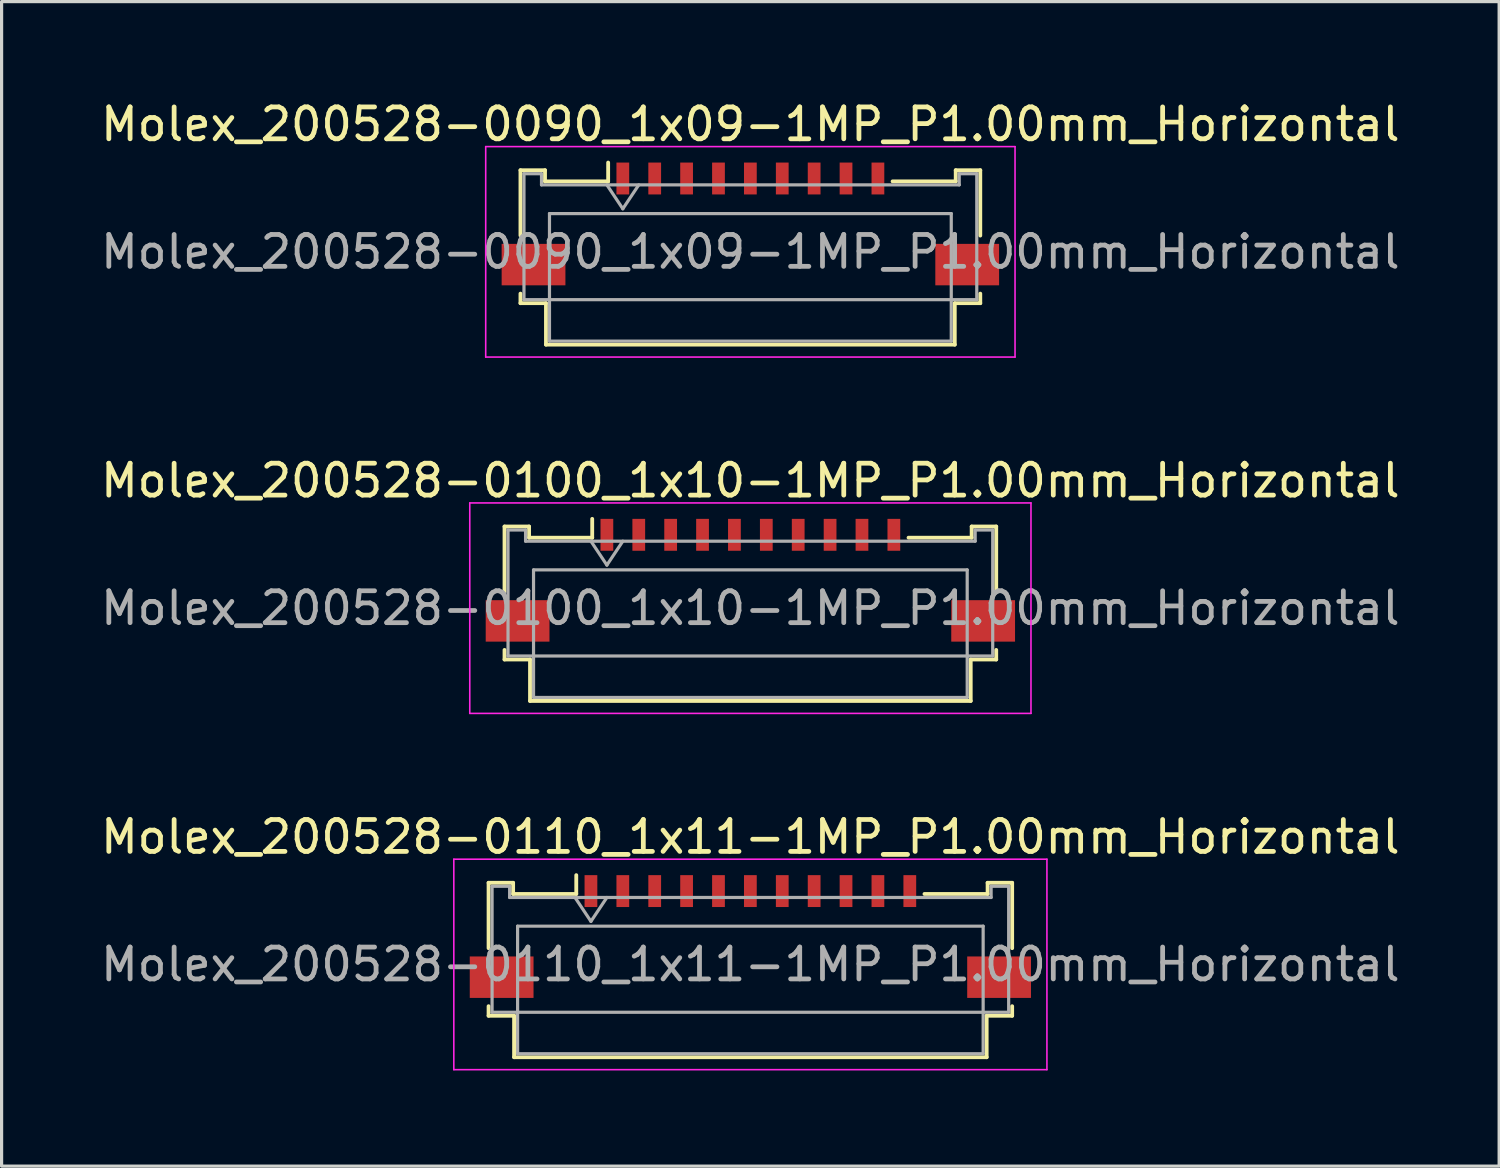
<source format=kicad_pcb>
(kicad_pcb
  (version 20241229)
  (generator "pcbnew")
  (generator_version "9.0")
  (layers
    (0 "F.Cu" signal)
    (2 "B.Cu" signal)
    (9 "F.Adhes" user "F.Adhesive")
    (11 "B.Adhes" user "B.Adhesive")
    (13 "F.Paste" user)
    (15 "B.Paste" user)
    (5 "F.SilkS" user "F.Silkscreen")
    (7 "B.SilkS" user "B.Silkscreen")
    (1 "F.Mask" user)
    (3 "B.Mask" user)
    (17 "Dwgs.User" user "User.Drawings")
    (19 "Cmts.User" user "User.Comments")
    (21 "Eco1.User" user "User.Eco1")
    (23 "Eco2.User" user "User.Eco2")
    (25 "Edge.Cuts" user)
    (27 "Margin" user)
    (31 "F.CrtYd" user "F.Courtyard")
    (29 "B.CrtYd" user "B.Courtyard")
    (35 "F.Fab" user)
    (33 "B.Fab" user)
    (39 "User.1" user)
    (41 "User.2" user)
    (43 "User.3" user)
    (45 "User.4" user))
  (footprint "Molex_200528-0090_1x09-1MP_P1.00mm_Horizontal"
    (layer "F.Cu")
    (at 20.482 3.458)
    (property "Reference" "Molex_200528-0090_1x09-1MP_P1.00mm_Horizontal" (at 0 -2.61 0) (layer "F.SilkS") (effects (font (size 1 1) (thickness 0.15))))
    (attr smd)
    (fp_line (start -7.21 -1.17) (end -7.21 0.88) (stroke (width 0.12) (type solid)) (layer "F.SilkS"))
    (fp_line (start -7.21 2.7) (end -7.21 3) (stroke (width 0.12) (type solid)) (layer "F.SilkS"))
    (fp_line (start -7.21 3) (end -6.41 3) (stroke (width 0.12) (type solid)) (layer "F.SilkS"))
    (fp_line (start -6.44 -1.17) (end -7.21 -1.17) (stroke (width 0.12) (type solid)) (layer "F.SilkS"))
    (fp_line (start -6.44 -0.82) (end -6.44 -1.17) (stroke (width 0.12) (type solid)) (layer "F.SilkS"))
    (fp_line (start -6.41 3) (end -6.41 4.3) (stroke (width 0.12) (type solid)) (layer "F.SilkS"))
    (fp_line (start -6.41 4.3) (end 6.41 4.3) (stroke (width 0.12) (type solid)) (layer "F.SilkS"))
    (fp_line (start -4.46 -1.41) (end -4.46 -0.82) (stroke (width 0.12) (type solid)) (layer "F.SilkS"))
    (fp_line (start -4.46 -0.82) (end -6.44 -0.82) (stroke (width 0.12) (type solid)) (layer "F.SilkS"))
    (fp_line (start 6.41 3) (end 7.21 3) (stroke (width 0.12) (type solid)) (layer "F.SilkS"))
    (fp_line (start 6.41 4.3) (end 6.41 3) (stroke (width 0.12) (type solid)) (layer "F.SilkS"))
    (fp_line (start 6.44 -1.17) (end 6.44 -0.82) (stroke (width 0.12) (type solid)) (layer "F.SilkS"))
    (fp_line (start 6.44 -0.82) (end 4.46 -0.82) (stroke (width 0.12) (type solid)) (layer "F.SilkS"))
    (fp_line (start 7.21 -1.17) (end 6.44 -1.17) (stroke (width 0.12) (type solid)) (layer "F.SilkS"))
    (fp_line (start 7.21 0.88) (end 7.21 -1.17) (stroke (width 0.12) (type solid)) (layer "F.SilkS"))
    (fp_line (start 7.21 3) (end 7.21 2.7) (stroke (width 0.12) (type solid)) (layer "F.SilkS"))
    (fp_line (start -8.3 -1.91) (end -8.3 4.69) (stroke (width 0.05) (type solid)) (layer "F.CrtYd"))
    (fp_line (start -8.3 4.69) (end 8.3 4.69) (stroke (width 0.05) (type solid)) (layer "F.CrtYd"))
    (fp_line (start 8.3 -1.91) (end -8.3 -1.91) (stroke (width 0.05) (type solid)) (layer "F.CrtYd"))
    (fp_line (start 8.3 4.69) (end 8.3 -1.91) (stroke (width 0.05) (type solid)) (layer "F.CrtYd"))
    (fp_line (start -7.1 -1.06) (end -7.1 2.89) (stroke (width 0.1) (type solid)) (layer "F.Fab"))
    (fp_line (start -7.1 2.89) (end 7.1 2.89) (stroke (width 0.1) (type solid)) (layer "F.Fab"))
    (fp_line (start -6.55 -1.06) (end -7.1 -1.06) (stroke (width 0.1) (type solid)) (layer "F.Fab"))
    (fp_line (start -6.55 -0.71) (end -6.55 -1.06) (stroke (width 0.1) (type solid)) (layer "F.Fab"))
    (fp_line (start -6.3 0.19) (end -6.3 4.19) (stroke (width 0.1) (type solid)) (layer "F.Fab"))
    (fp_line (start -6.3 4.19) (end 6.3 4.19) (stroke (width 0.1) (type solid)) (layer "F.Fab"))
    (fp_line (start -4.5 -0.71) (end -4 0.04) (stroke (width 0.1) (type solid)) (layer "F.Fab"))
    (fp_line (start -4 0.04) (end -3.5 -0.71) (stroke (width 0.1) (type solid)) (layer "F.Fab"))
    (fp_line (start 6.3 0.19) (end -6.3 0.19) (stroke (width 0.1) (type solid)) (layer "F.Fab"))
    (fp_line (start 6.3 4.19) (end 6.3 0.19) (stroke (width 0.1) (type solid)) (layer "F.Fab"))
    (fp_line (start 6.55 -1.06) (end 6.55 -0.71) (stroke (width 0.1) (type solid)) (layer "F.Fab"))
    (fp_line (start 6.55 -0.71) (end -6.55 -0.71) (stroke (width 0.1) (type solid)) (layer "F.Fab"))
    (fp_line (start 7.1 -1.06) (end 6.55 -1.06) (stroke (width 0.1) (type solid)) (layer "F.Fab"))
    (fp_line (start 7.1 2.89) (end 7.1 -1.06) (stroke (width 0.1) (type solid)) (layer "F.Fab"))
    (fp_text user "${REFERENCE}" (at 0 1.39 0) (layer "F.Fab") (effects (font (size 1 1) (thickness 0.15))))
    (pad "1" smd rect (at -4 -0.91) (size 0.4 1) (layers "F.Cu" "F.Mask" "F.Paste"))
    (pad "2" smd rect (at -3 -0.91) (size 0.4 1) (layers "F.Cu" "F.Mask" "F.Paste"))
    (pad "3" smd rect (at -2 -0.91) (size 0.4 1) (layers "F.Cu" "F.Mask" "F.Paste"))
    (pad "4" smd rect (at -1 -0.91) (size 0.4 1) (layers "F.Cu" "F.Mask" "F.Paste"))
    (pad "5" smd rect (at 0 -0.91) (size 0.4 1) (layers "F.Cu" "F.Mask" "F.Paste"))
    (pad "6" smd rect (at 1 -0.91) (size 0.4 1) (layers "F.Cu" "F.Mask" "F.Paste"))
    (pad "7" smd rect (at 2 -0.91) (size 0.4 1) (layers "F.Cu" "F.Mask" "F.Paste"))
    (pad "8" smd rect (at 3 -0.91) (size 0.4 1) (layers "F.Cu" "F.Mask" "F.Paste"))
    (pad "9" smd rect (at 4 -0.91) (size 0.4 1) (layers "F.Cu" "F.Mask" "F.Paste"))
    (pad "MP" smd rect (at -6.8 1.79) (size 2 1.3) (layers "F.Cu" "F.Mask" "F.Paste"))
    (pad "MP" smd rect (at 6.8 1.79) (size 2 1.3) (layers "F.Cu" "F.Mask" "F.Paste")))
  (footprint "Molex_200528-0110_1x11-1MP_P1.00mm_Horizontal"
    (layer "F.Cu")
    (at 20.482 25.805)
    (property "Reference" "Molex_200528-0110_1x11-1MP_P1.00mm_Horizontal" (at 0 -2.61 0) (layer "F.SilkS") (effects (font (size 1 1) (thickness 0.15))))
    (attr smd)
    (fp_line (start -8.21 -1.17) (end -8.21 0.88) (stroke (width 0.12) (type solid)) (layer "F.SilkS"))
    (fp_line (start -8.21 2.7) (end -8.21 3) (stroke (width 0.12) (type solid)) (layer "F.SilkS"))
    (fp_line (start -8.21 3) (end -7.41 3) (stroke (width 0.12) (type solid)) (layer "F.SilkS"))
    (fp_line (start -7.44 -1.17) (end -8.21 -1.17) (stroke (width 0.12) (type solid)) (layer "F.SilkS"))
    (fp_line (start -7.44 -0.82) (end -7.44 -1.17) (stroke (width 0.12) (type solid)) (layer "F.SilkS"))
    (fp_line (start -7.41 3) (end -7.41 4.3) (stroke (width 0.12) (type solid)) (layer "F.SilkS"))
    (fp_line (start -7.41 4.3) (end 7.41 4.3) (stroke (width 0.12) (type solid)) (layer "F.SilkS"))
    (fp_line (start -5.46 -1.41) (end -5.46 -0.82) (stroke (width 0.12) (type solid)) (layer "F.SilkS"))
    (fp_line (start -5.46 -0.82) (end -7.44 -0.82) (stroke (width 0.12) (type solid)) (layer "F.SilkS"))
    (fp_line (start 7.41 3) (end 8.21 3) (stroke (width 0.12) (type solid)) (layer "F.SilkS"))
    (fp_line (start 7.41 4.3) (end 7.41 3) (stroke (width 0.12) (type solid)) (layer "F.SilkS"))
    (fp_line (start 7.44 -1.17) (end 7.44 -0.82) (stroke (width 0.12) (type solid)) (layer "F.SilkS"))
    (fp_line (start 7.44 -0.82) (end 5.46 -0.82) (stroke (width 0.12) (type solid)) (layer "F.SilkS"))
    (fp_line (start 8.21 -1.17) (end 7.44 -1.17) (stroke (width 0.12) (type solid)) (layer "F.SilkS"))
    (fp_line (start 8.21 0.88) (end 8.21 -1.17) (stroke (width 0.12) (type solid)) (layer "F.SilkS"))
    (fp_line (start 8.21 3) (end 8.21 2.7) (stroke (width 0.12) (type solid)) (layer "F.SilkS"))
    (fp_line (start -9.3 -1.91) (end -9.3 4.69) (stroke (width 0.05) (type solid)) (layer "F.CrtYd"))
    (fp_line (start -9.3 4.69) (end 9.3 4.69) (stroke (width 0.05) (type solid)) (layer "F.CrtYd"))
    (fp_line (start 9.3 -1.91) (end -9.3 -1.91) (stroke (width 0.05) (type solid)) (layer "F.CrtYd"))
    (fp_line (start 9.3 4.69) (end 9.3 -1.91) (stroke (width 0.05) (type solid)) (layer "F.CrtYd"))
    (fp_line (start -8.1 -1.06) (end -8.1 2.89) (stroke (width 0.1) (type solid)) (layer "F.Fab"))
    (fp_line (start -8.1 2.89) (end 8.1 2.89) (stroke (width 0.1) (type solid)) (layer "F.Fab"))
    (fp_line (start -7.55 -1.06) (end -8.1 -1.06) (stroke (width 0.1) (type solid)) (layer "F.Fab"))
    (fp_line (start -7.55 -0.71) (end -7.55 -1.06) (stroke (width 0.1) (type solid)) (layer "F.Fab"))
    (fp_line (start -7.3 0.19) (end -7.3 4.19) (stroke (width 0.1) (type solid)) (layer "F.Fab"))
    (fp_line (start -7.3 4.19) (end 7.3 4.19) (stroke (width 0.1) (type solid)) (layer "F.Fab"))
    (fp_line (start -5.5 -0.71) (end -5 0.04) (stroke (width 0.1) (type solid)) (layer "F.Fab"))
    (fp_line (start -5 0.04) (end -4.5 -0.71) (stroke (width 0.1) (type solid)) (layer "F.Fab"))
    (fp_line (start 7.3 0.19) (end -7.3 0.19) (stroke (width 0.1) (type solid)) (layer "F.Fab"))
    (fp_line (start 7.3 4.19) (end 7.3 0.19) (stroke (width 0.1) (type solid)) (layer "F.Fab"))
    (fp_line (start 7.55 -1.06) (end 7.55 -0.71) (stroke (width 0.1) (type solid)) (layer "F.Fab"))
    (fp_line (start 7.55 -0.71) (end -7.55 -0.71) (stroke (width 0.1) (type solid)) (layer "F.Fab"))
    (fp_line (start 8.1 -1.06) (end 7.55 -1.06) (stroke (width 0.1) (type solid)) (layer "F.Fab"))
    (fp_line (start 8.1 2.89) (end 8.1 -1.06) (stroke (width 0.1) (type solid)) (layer "F.Fab"))
    (fp_text user "${REFERENCE}" (at 0 1.39 0) (layer "F.Fab") (effects (font (size 1 1) (thickness 0.15))))
    (pad "1" smd rect (at -5 -0.91) (size 0.4 1) (layers "F.Cu" "F.Mask" "F.Paste"))
    (pad "2" smd rect (at -4 -0.91) (size 0.4 1) (layers "F.Cu" "F.Mask" "F.Paste"))
    (pad "3" smd rect (at -3 -0.91) (size 0.4 1) (layers "F.Cu" "F.Mask" "F.Paste"))
    (pad "4" smd rect (at -2 -0.91) (size 0.4 1) (layers "F.Cu" "F.Mask" "F.Paste"))
    (pad "5" smd rect (at -1 -0.91) (size 0.4 1) (layers "F.Cu" "F.Mask" "F.Paste"))
    (pad "6" smd rect (at 0 -0.91) (size 0.4 1) (layers "F.Cu" "F.Mask" "F.Paste"))
    (pad "7" smd rect (at 1 -0.91) (size 0.4 1) (layers "F.Cu" "F.Mask" "F.Paste"))
    (pad "8" smd rect (at 2 -0.91) (size 0.4 1) (layers "F.Cu" "F.Mask" "F.Paste"))
    (pad "9" smd rect (at 3 -0.91) (size 0.4 1) (layers "F.Cu" "F.Mask" "F.Paste"))
    (pad "10" smd rect (at 4 -0.91) (size 0.4 1) (layers "F.Cu" "F.Mask" "F.Paste"))
    (pad "11" smd rect (at 5 -0.91) (size 0.4 1) (layers "F.Cu" "F.Mask" "F.Paste"))
    (pad "MP" smd rect (at -7.8 1.79) (size 2 1.3) (layers "F.Cu" "F.Mask" "F.Paste"))
    (pad "MP" smd rect (at 7.8 1.79) (size 2 1.3) (layers "F.Cu" "F.Mask" "F.Paste")))
  (footprint "Molex_200528-0100_1x10-1MP_P1.00mm_Horizontal"
    (layer "F.Cu")
    (at 20.482 14.632)
    (property "Reference" "Molex_200528-0100_1x10-1MP_P1.00mm_Horizontal" (at 0 -2.61 0) (layer "F.SilkS") (effects (font (size 1 1) (thickness 0.15))))
    (attr smd)
    (fp_line (start -7.71 -1.17) (end -7.71 0.88) (stroke (width 0.12) (type solid)) (layer "F.SilkS"))
    (fp_line (start -7.71 2.7) (end -7.71 3) (stroke (width 0.12) (type solid)) (layer "F.SilkS"))
    (fp_line (start -7.71 3) (end -6.91 3) (stroke (width 0.12) (type solid)) (layer "F.SilkS"))
    (fp_line (start -6.94 -1.17) (end -7.71 -1.17) (stroke (width 0.12) (type solid)) (layer "F.SilkS"))
    (fp_line (start -6.94 -0.82) (end -6.94 -1.17) (stroke (width 0.12) (type solid)) (layer "F.SilkS"))
    (fp_line (start -6.91 3) (end -6.91 4.3) (stroke (width 0.12) (type solid)) (layer "F.SilkS"))
    (fp_line (start -6.91 4.3) (end 6.91 4.3) (stroke (width 0.12) (type solid)) (layer "F.SilkS"))
    (fp_line (start -4.96 -1.41) (end -4.96 -0.82) (stroke (width 0.12) (type solid)) (layer "F.SilkS"))
    (fp_line (start -4.96 -0.82) (end -6.94 -0.82) (stroke (width 0.12) (type solid)) (layer "F.SilkS"))
    (fp_line (start 6.91 3) (end 7.71 3) (stroke (width 0.12) (type solid)) (layer "F.SilkS"))
    (fp_line (start 6.91 4.3) (end 6.91 3) (stroke (width 0.12) (type solid)) (layer "F.SilkS"))
    (fp_line (start 6.94 -1.17) (end 6.94 -0.82) (stroke (width 0.12) (type solid)) (layer "F.SilkS"))
    (fp_line (start 6.94 -0.82) (end 4.96 -0.82) (stroke (width 0.12) (type solid)) (layer "F.SilkS"))
    (fp_line (start 7.71 -1.17) (end 6.94 -1.17) (stroke (width 0.12) (type solid)) (layer "F.SilkS"))
    (fp_line (start 7.71 0.88) (end 7.71 -1.17) (stroke (width 0.12) (type solid)) (layer "F.SilkS"))
    (fp_line (start 7.71 3) (end 7.71 2.7) (stroke (width 0.12) (type solid)) (layer "F.SilkS"))
    (fp_line (start -8.8 -1.91) (end -8.8 4.69) (stroke (width 0.05) (type solid)) (layer "F.CrtYd"))
    (fp_line (start -8.8 4.69) (end 8.8 4.69) (stroke (width 0.05) (type solid)) (layer "F.CrtYd"))
    (fp_line (start 8.8 -1.91) (end -8.8 -1.91) (stroke (width 0.05) (type solid)) (layer "F.CrtYd"))
    (fp_line (start 8.8 4.69) (end 8.8 -1.91) (stroke (width 0.05) (type solid)) (layer "F.CrtYd"))
    (fp_line (start -7.6 -1.06) (end -7.6 2.89) (stroke (width 0.1) (type solid)) (layer "F.Fab"))
    (fp_line (start -7.6 2.89) (end 7.6 2.89) (stroke (width 0.1) (type solid)) (layer "F.Fab"))
    (fp_line (start -7.05 -1.06) (end -7.6 -1.06) (stroke (width 0.1) (type solid)) (layer "F.Fab"))
    (fp_line (start -7.05 -0.71) (end -7.05 -1.06) (stroke (width 0.1) (type solid)) (layer "F.Fab"))
    (fp_line (start -6.8 0.19) (end -6.8 4.19) (stroke (width 0.1) (type solid)) (layer "F.Fab"))
    (fp_line (start -6.8 4.19) (end 6.8 4.19) (stroke (width 0.1) (type solid)) (layer "F.Fab"))
    (fp_line (start -5 -0.71) (end -4.5 0.04) (stroke (width 0.1) (type solid)) (layer "F.Fab"))
    (fp_line (start -4.5 0.04) (end -4 -0.71) (stroke (width 0.1) (type solid)) (layer "F.Fab"))
    (fp_line (start 6.8 0.19) (end -6.8 0.19) (stroke (width 0.1) (type solid)) (layer "F.Fab"))
    (fp_line (start 6.8 4.19) (end 6.8 0.19) (stroke (width 0.1) (type solid)) (layer "F.Fab"))
    (fp_line (start 7.05 -1.06) (end 7.05 -0.71) (stroke (width 0.1) (type solid)) (layer "F.Fab"))
    (fp_line (start 7.05 -0.71) (end -7.05 -0.71) (stroke (width 0.1) (type solid)) (layer "F.Fab"))
    (fp_line (start 7.6 -1.06) (end 7.05 -1.06) (stroke (width 0.1) (type solid)) (layer "F.Fab"))
    (fp_line (start 7.6 2.89) (end 7.6 -1.06) (stroke (width 0.1) (type solid)) (layer "F.Fab"))
    (fp_text user "${REFERENCE}" (at 0 1.39 0) (layer "F.Fab") (effects (font (size 1 1) (thickness 0.15))))
    (pad "1" smd rect (at -4.5 -0.91) (size 0.4 1) (layers "F.Cu" "F.Mask" "F.Paste"))
    (pad "2" smd rect (at -3.5 -0.91) (size 0.4 1) (layers "F.Cu" "F.Mask" "F.Paste"))
    (pad "3" smd rect (at -2.5 -0.91) (size 0.4 1) (layers "F.Cu" "F.Mask" "F.Paste"))
    (pad "4" smd rect (at -1.5 -0.91) (size 0.4 1) (layers "F.Cu" "F.Mask" "F.Paste"))
    (pad "5" smd rect (at -0.5 -0.91) (size 0.4 1) (layers "F.Cu" "F.Mask" "F.Paste"))
    (pad "6" smd rect (at 0.5 -0.91) (size 0.4 1) (layers "F.Cu" "F.Mask" "F.Paste"))
    (pad "7" smd rect (at 1.5 -0.91) (size 0.4 1) (layers "F.Cu" "F.Mask" "F.Paste"))
    (pad "8" smd rect (at 2.5 -0.91) (size 0.4 1) (layers "F.Cu" "F.Mask" "F.Paste"))
    (pad "9" smd rect (at 3.5 -0.91) (size 0.4 1) (layers "F.Cu" "F.Mask" "F.Paste"))
    (pad "10" smd rect (at 4.5 -0.91) (size 0.4 1) (layers "F.Cu" "F.Mask" "F.Paste"))
    (pad "MP" smd rect (at -7.3 1.79) (size 2 1.3) (layers "F.Cu" "F.Mask" "F.Paste"))
    (pad "MP" smd rect (at 7.3 1.79) (size 2 1.3) (layers "F.Cu" "F.Mask" "F.Paste")))
  (gr_rect
    (start -3 -3)
    (end 43.964 33.52)
    (stroke (width 0.1) (type default))
    (fill no)
    (layer "Edge.Cuts")))
</source>
